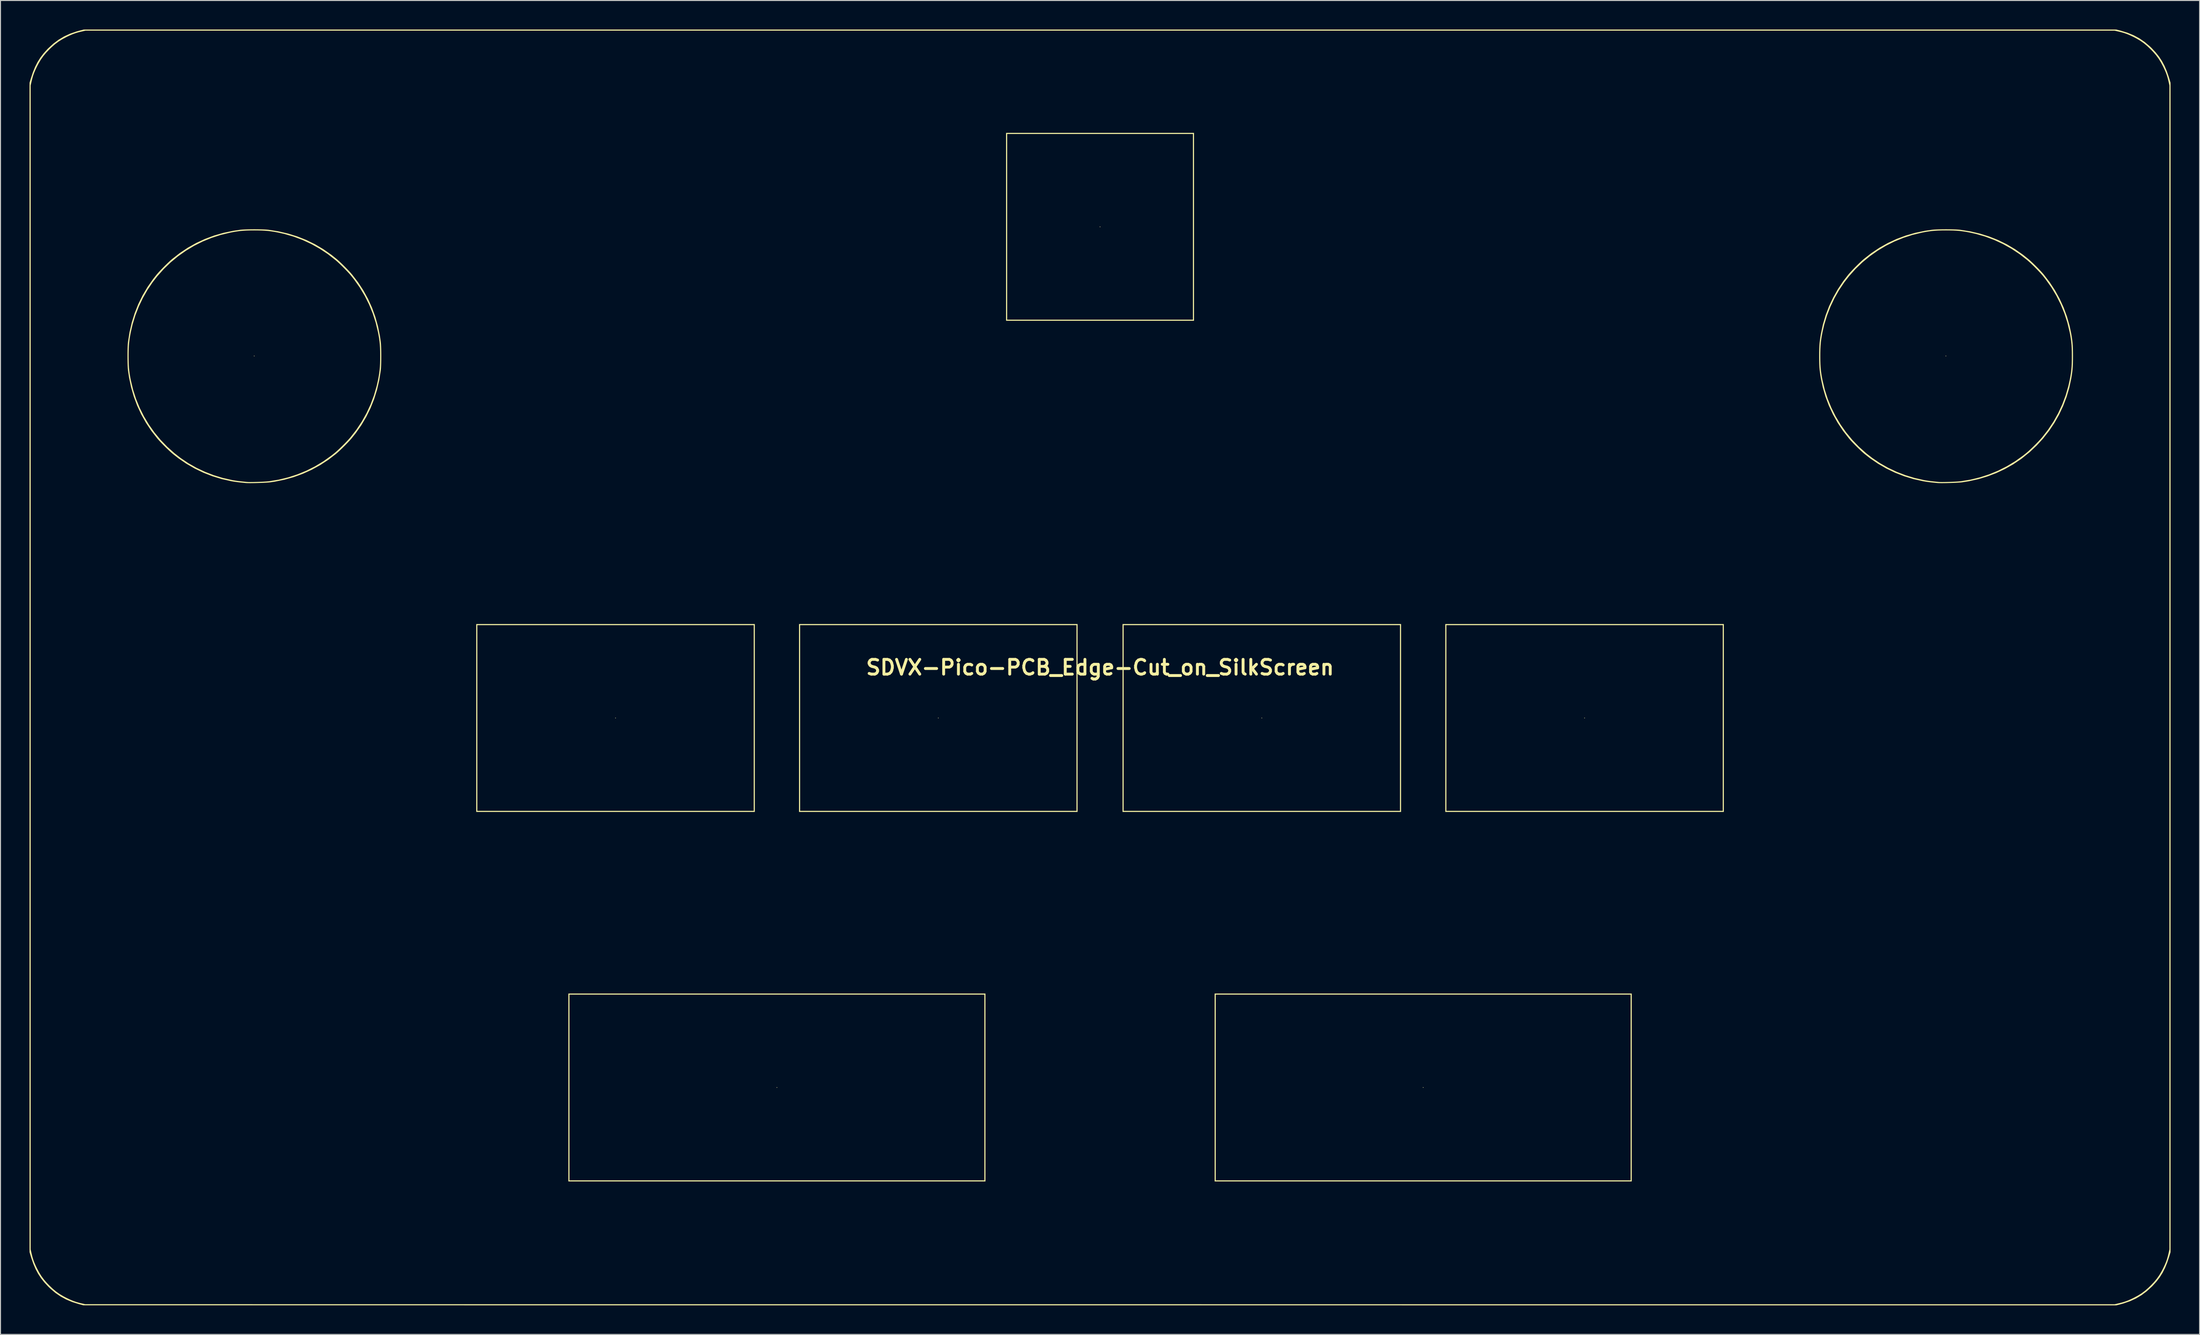
<source format=kicad_pcb>
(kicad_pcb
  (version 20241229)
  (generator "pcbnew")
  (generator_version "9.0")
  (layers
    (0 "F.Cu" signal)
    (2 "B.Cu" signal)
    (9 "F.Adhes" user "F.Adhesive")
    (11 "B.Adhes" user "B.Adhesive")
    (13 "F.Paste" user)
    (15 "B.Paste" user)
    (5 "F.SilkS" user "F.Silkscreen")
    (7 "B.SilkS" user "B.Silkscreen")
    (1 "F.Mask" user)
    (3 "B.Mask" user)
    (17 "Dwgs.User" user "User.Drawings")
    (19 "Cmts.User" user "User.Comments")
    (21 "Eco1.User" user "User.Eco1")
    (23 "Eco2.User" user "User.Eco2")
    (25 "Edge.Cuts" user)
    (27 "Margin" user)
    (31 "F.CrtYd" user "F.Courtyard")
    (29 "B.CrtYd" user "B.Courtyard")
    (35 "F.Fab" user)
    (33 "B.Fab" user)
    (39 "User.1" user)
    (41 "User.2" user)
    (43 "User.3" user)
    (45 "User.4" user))
  (footprint "SDVX-Pico-PCB_Edge-Cut_on_SilkScreen"
    (layer "F.Cu")
    (at 110.531 65.878)
    (property "Reference" "SDVX-Pico-PCB_Edge-Cut_on_SilkScreen" (at 0 0 0) (layer "F.SilkS") (effects (font (size 1.524 1.524) (thickness 0.3))))
    (attr board_only exclude_from_pos_files exclude_from_bom)
    (fp_poly (pts (xy -87.297 -32.175) (xy -87.296 -32.166) (xy -87.325 -32.128) (xy -87.334 -32.127) (xy -87.372 -32.156) (xy -87.373 -32.166) (xy -87.343 -32.203) (xy -87.334 -32.204)) (stroke (width 0) (type solid)) (fill yes) (layer "F.SilkS"))
    (fp_poly (pts (xy -49.989 5.21) (xy -49.988 5.219) (xy -50.018 5.257) (xy -50.027 5.258) (xy -50.064 5.228) (xy -50.065 5.219) (xy -50.036 5.182) (xy -50.027 5.181)) (stroke (width 0) (type solid)) (fill yes) (layer "F.SilkS"))
    (fp_poly (pts (xy -33.327 43.368) (xy -33.325 43.377) (xy -33.355 43.415) (xy -33.364 43.416) (xy -33.402 43.386) (xy -33.403 43.377) (xy -33.373 43.34) (xy -33.364 43.339)) (stroke (width 0) (type solid)) (fill yes) (layer "F.SilkS"))
    (fp_poly (pts (xy -16.664 5.21) (xy -16.663 5.219) (xy -16.692 5.257) (xy -16.701 5.258) (xy -16.739 5.228) (xy -16.74 5.219) (xy -16.711 5.182) (xy -16.701 5.181)) (stroke (width 0) (type solid)) (fill yes) (layer "F.SilkS"))
    (fp_poly (pts (xy 0.038 -45.513) (xy 0.039 -45.504) (xy 0.009 -45.466) (xy 0 -45.465) (xy -0.038 -45.494) (xy -0.039 -45.504) (xy -0.009 -45.541) (xy 0 -45.542)) (stroke (width 0) (type solid)) (fill yes) (layer "F.SilkS"))
    (fp_poly (pts (xy 16.739 5.21) (xy 16.74 5.219) (xy 16.711 5.257) (xy 16.701 5.258) (xy 16.664 5.228) (xy 16.663 5.219) (xy 16.692 5.182) (xy 16.701 5.181)) (stroke (width 0) (type solid)) (fill yes) (layer "F.SilkS"))
    (fp_poly (pts (xy 33.402 43.368) (xy 33.403 43.377) (xy 33.373 43.415) (xy 33.364 43.416) (xy 33.327 43.386) (xy 33.325 43.377) (xy 33.355 43.34) (xy 33.364 43.339)) (stroke (width 0) (type solid)) (fill yes) (layer "F.SilkS"))
    (fp_poly (pts (xy 50.064 5.21) (xy 50.065 5.219) (xy 50.036 5.257) (xy 50.027 5.258) (xy 49.989 5.228) (xy 49.988 5.219) (xy 50.018 5.182) (xy 50.027 5.181)) (stroke (width 0) (type solid)) (fill yes) (layer "F.SilkS"))
    (fp_poly (pts (xy 87.372 -32.175) (xy 87.373 -32.166) (xy 87.343 -32.128) (xy 87.334 -32.127) (xy 87.297 -32.156) (xy 87.296 -32.166) (xy 87.325 -32.203) (xy 87.334 -32.204)) (stroke (width 0) (type solid)) (fill yes) (layer "F.SilkS"))
    (fp_poly (pts (xy -35.645 14.923) (xy -64.409 14.923) (xy -64.409 14.807) (xy -64.293 14.807) (xy -35.761 14.807) (xy -35.761 -4.369) (xy -64.293 -4.369) (xy -64.293 14.807) (xy -64.409 14.807) (xy -64.409 -4.485) (xy -35.645 -4.485)) (stroke (width 0) (type solid)) (fill yes) (layer "F.SilkS"))
    (fp_poly (pts (xy -11.83 53.081) (xy -54.898 53.081) (xy -54.898 52.965) (xy -54.782 52.965) (xy -11.946 52.965) (xy -11.946 33.789) (xy -54.782 33.789) (xy -54.782 52.965) (xy -54.898 52.965) (xy -54.898 33.673) (xy -11.83 33.673)) (stroke (width 0) (type solid)) (fill yes) (layer "F.SilkS"))
    (fp_poly (pts (xy -2.32 14.923) (xy -31.083 14.923) (xy -31.083 14.807) (xy -30.967 14.807) (xy -2.436 14.807) (xy -2.436 -4.369) (xy -30.967 -4.369) (xy -30.967 14.807) (xy -31.083 14.807) (xy -31.083 -4.485) (xy -2.32 -4.485)) (stroke (width 0) (type solid)) (fill yes) (layer "F.SilkS"))
    (fp_poly (pts (xy 9.704 -35.8) (xy -9.704 -35.8) (xy -9.704 -35.916) (xy -9.588 -35.916) (xy 9.588 -35.916) (xy 9.588 -55.091) (xy -9.588 -55.091) (xy -9.588 -35.916) (xy -9.704 -35.916) (xy -9.704 -55.207) (xy 9.704 -55.207)) (stroke (width 0) (type solid)) (fill yes) (layer "F.SilkS"))
    (fp_poly (pts (xy 31.083 14.923) (xy 2.32 14.923) (xy 2.32 14.807) (xy 2.436 14.807) (xy 30.967 14.807) (xy 30.967 -4.369) (xy 2.436 -4.369) (xy 2.436 14.807) (xy 2.32 14.807) (xy 2.32 -4.485) (xy 31.083 -4.485)) (stroke (width 0) (type solid)) (fill yes) (layer "F.SilkS"))
    (fp_poly (pts (xy 54.898 53.081) (xy 11.83 53.081) (xy 11.83 52.965) (xy 11.946 52.965) (xy 54.782 52.965) (xy 54.782 33.789) (xy 11.946 33.789) (xy 11.946 52.965) (xy 11.83 52.965) (xy 11.83 33.673) (xy 54.898 33.673)) (stroke (width 0) (type solid)) (fill yes) (layer "F.SilkS"))
    (fp_poly (pts (xy 64.409 14.923) (xy 35.645 14.923) (xy 35.645 14.807) (xy 35.761 14.807) (xy 64.293 14.807) (xy 64.293 -4.369) (xy 35.761 -4.369) (xy 35.761 14.807) (xy 35.645 14.807) (xy 35.645 -4.485) (xy 64.409 -4.485)) (stroke (width 0) (type solid)) (fill yes) (layer "F.SilkS"))
    (fp_poly (pts (xy 105.404 -65.757) (xy 106.091 -65.547) (xy 106.725 -65.285) (xy 107.315 -64.966) (xy 107.87 -64.586) (xy 108.397 -64.139) (xy 108.598 -63.945) (xy 108.999 -63.515) (xy 109.346 -63.078) (xy 109.647 -62.619) (xy 109.91 -62.127) (xy 110.141 -61.588) (xy 110.349 -60.989) (xy 110.394 -60.843) (xy 110.531 -60.389) (xy 110.531 60.389) (xy 110.394 60.843) (xy 110.19 61.457) (xy 109.965 62.009) (xy 109.71 62.511) (xy 109.419 62.976) (xy 109.083 63.417) (xy 108.695 63.847) (xy 108.598 63.945) (xy 108.079 64.419) (xy 107.536 64.825) (xy 106.961 65.168) (xy 106.345 65.451) (xy 105.68 65.68) (xy 105.404 65.757) (xy 104.937 65.878) (xy -104.983 65.872) (xy -105.447 65.747) (xy -106.123 65.535) (xy -106.744 65.276) (xy -107.32 64.964) (xy -107.861 64.594) (xy -108.376 64.159) (xy -108.598 63.945) (xy -108.999 63.515) (xy -109.346 63.078) (xy -109.647 62.619) (xy -109.91 62.127) (xy -110.141 61.588) (xy -110.349 60.989) (xy -110.394 60.843) (xy -110.531 60.389) (xy -110.531 60.098) (xy -110.414 60.098) (xy -110.321 60.506) (xy -110.236 60.854) (xy -110.142 61.165) (xy -110.031 61.466) (xy -109.893 61.783) (xy -109.755 62.07) (xy -109.528 62.495) (xy -109.292 62.873) (xy -109.03 63.225) (xy -108.727 63.575) (xy -108.482 63.829) (xy -108.122 64.171) (xy -107.774 64.46) (xy -107.416 64.712) (xy -107.026 64.943) (xy -106.723 65.102) (xy -106.368 65.271) (xy -106.049 65.405) (xy -105.74 65.515) (xy -105.415 65.608) (xy -105.176 65.667) (xy -104.789 65.756) (xy -0.019 65.759) (xy 104.751 65.761) (xy 105.159 65.668) (xy 105.507 65.583) (xy 105.818 65.489) (xy 106.119 65.378) (xy 106.436 65.24) (xy 106.723 65.102) (xy 107.148 64.875) (xy 107.526 64.639) (xy 107.878 64.377) (xy 108.227 64.074) (xy 108.482 63.829) (xy 108.824 63.469) (xy 109.113 63.121) (xy 109.365 62.763) (xy 109.596 62.374) (xy 109.755 62.07) (xy 109.921 61.721) (xy 110.054 61.409) (xy 110.161 61.108) (xy 110.252 60.791) (xy 110.321 60.506) (xy 110.414 60.098) (xy 110.414 -60.098) (xy 110.321 -60.506) (xy 110.236 -60.854) (xy 110.142 -61.165) (xy 110.031 -61.466) (xy 109.893 -61.783) (xy 109.755 -62.07) (xy 109.528 -62.495) (xy 109.292 -62.873) (xy 109.03 -63.225) (xy 108.727 -63.575) (xy 108.482 -63.829) (xy 108.122 -64.171) (xy 107.774 -64.46) (xy 107.416 -64.712) (xy 107.026 -64.943) (xy 106.723 -65.102) (xy 106.374 -65.268) (xy 106.062 -65.401) (xy 105.761 -65.508) (xy 105.444 -65.599) (xy 105.159 -65.668) (xy 104.751 -65.761) (xy -104.751 -65.761) (xy -105.159 -65.668) (xy -105.507 -65.583) (xy -105.818 -65.489) (xy -106.119 -65.378) (xy -106.436 -65.24) (xy -106.723 -65.102) (xy -107.148 -64.875) (xy -107.526 -64.639) (xy -107.878 -64.377) (xy -108.227 -64.074) (xy -108.482 -63.829) (xy -108.824 -63.469) (xy -109.113 -63.121) (xy -109.365 -62.763) (xy -109.596 -62.374) (xy -109.755 -62.07) (xy -109.921 -61.721) (xy -110.054 -61.409) (xy -110.161 -61.108) (xy -110.252 -60.791) (xy -110.321 -60.506) (xy -110.414 -60.098) (xy -110.414 60.098) (xy -110.531 60.098) (xy -110.531 -60.389) (xy -110.394 -60.843) (xy -110.19 -61.457) (xy -109.965 -62.009) (xy -109.71 -62.511) (xy -109.419 -62.976) (xy -109.083 -63.417) (xy -108.695 -63.847) (xy -108.598 -63.945) (xy -108.079 -64.419) (xy -107.536 -64.825) (xy -106.961 -65.168) (xy -106.345 -65.451) (xy -105.68 -65.68) (xy -105.404 -65.757) (xy -104.937 -65.878) (xy 104.937 -65.878)) (stroke (width 0) (type solid)) (fill yes) (layer "F.SilkS"))
    (fp_poly (pts (xy -86.972 -45.249) (xy -86.636 -45.243) (xy -86.331 -45.234) (xy -86.071 -45.22) (xy -85.873 -45.203) (xy -85.865 -45.202) (xy -84.832 -45.039) (xy -83.835 -44.808) (xy -82.873 -44.509) (xy -81.946 -44.14) (xy -81.054 -43.703) (xy -80.196 -43.196) (xy -79.372 -42.62) (xy -78.81 -42.17) (xy -78.603 -41.988) (xy -78.363 -41.764) (xy -78.105 -41.513) (xy -77.846 -41.252) (xy -77.599 -40.995) (xy -77.382 -40.758) (xy -77.223 -40.574) (xy -76.605 -39.771) (xy -76.057 -38.932) (xy -75.577 -38.058) (xy -75.166 -37.149) (xy -74.824 -36.205) (xy -74.551 -35.226) (xy -74.347 -34.213) (xy -74.259 -33.596) (xy -74.242 -33.401) (xy -74.228 -33.143) (xy -74.218 -32.84) (xy -74.212 -32.505) (xy -74.21 -32.154) (xy -74.212 -31.804) (xy -74.218 -31.468) (xy -74.228 -31.162) (xy -74.241 -30.903) (xy -74.258 -30.704) (xy -74.259 -30.696) (xy -74.422 -29.664) (xy -74.653 -28.666) (xy -74.952 -27.704) (xy -75.321 -26.777) (xy -75.759 -25.885) (xy -76.265 -25.027) (xy -76.841 -24.203) (xy -77.291 -23.641) (xy -77.473 -23.434) (xy -77.697 -23.195) (xy -77.948 -22.937) (xy -78.21 -22.677) (xy -78.467 -22.431) (xy -78.703 -22.213) (xy -78.887 -22.054) (xy -79.688 -21.439) (xy -80.528 -20.891) (xy -81.405 -20.409) (xy -82.316 -19.997) (xy -83.257 -19.654) (xy -84.226 -19.382) (xy -85.22 -19.182) (xy -85.672 -19.116) (xy -85.838 -19.1) (xy -86.062 -19.084) (xy -86.329 -19.069) (xy -86.624 -19.057) (xy -86.932 -19.046) (xy -87.24 -19.038) (xy -87.533 -19.033) (xy -87.796 -19.032) (xy -88.014 -19.034) (xy -88.174 -19.041) (xy -88.204 -19.044) (xy -88.542 -19.077) (xy -88.819 -19.106) (xy -89.05 -19.133) (xy -89.251 -19.16) (xy -89.438 -19.188) (xy -89.627 -19.22) (xy -89.712 -19.235) (xy -90.691 -19.453) (xy -91.647 -19.745) (xy -92.577 -20.107) (xy -93.477 -20.539) (xy -94.343 -21.04) (xy -95.171 -21.606) (xy -95.743 -22.054) (xy -95.947 -22.232) (xy -96.187 -22.453) (xy -96.445 -22.701) (xy -96.706 -22.961) (xy -96.955 -23.218) (xy -97.176 -23.455) (xy -97.339 -23.641) (xy -97.964 -24.441) (xy -98.52 -25.275) (xy -99.006 -26.143) (xy -99.424 -27.045) (xy -99.772 -27.982) (xy -100.052 -28.954) (xy -100.263 -29.962) (xy -100.371 -30.696) (xy -100.388 -30.892) (xy -100.402 -31.149) (xy -100.411 -31.453) (xy -100.417 -31.788) (xy -100.419 -32.138) (xy -100.419 -32.146) (xy -100.3 -32.146) (xy -100.296 -31.7) (xy -100.285 -31.311) (xy -100.264 -30.959) (xy -100.231 -30.625) (xy -100.185 -30.29) (xy -100.124 -29.932) (xy -100.07 -29.653) (xy -99.836 -28.677) (xy -99.53 -27.729) (xy -99.155 -26.811) (xy -98.712 -25.927) (xy -98.205 -25.08) (xy -97.634 -24.272) (xy -97.002 -23.508) (xy -96.31 -22.79) (xy -95.562 -22.122) (xy -94.928 -21.628) (xy -94.136 -21.096) (xy -93.296 -20.62) (xy -92.417 -20.205) (xy -91.507 -19.854) (xy -90.573 -19.57) (xy -89.624 -19.357) (xy -89.596 -19.351) (xy -89.409 -19.318) (xy -89.232 -19.29) (xy -89.049 -19.264) (xy -88.845 -19.239) (xy -88.605 -19.212) (xy -88.313 -19.182) (xy -88.088 -19.16) (xy -87.947 -19.152) (xy -87.744 -19.149) (xy -87.495 -19.15) (xy -87.214 -19.156) (xy -86.918 -19.164) (xy -86.62 -19.176) (xy -86.338 -19.19) (xy -86.085 -19.206) (xy -85.878 -19.223) (xy -85.788 -19.233) (xy -84.787 -19.398) (xy -83.809 -19.637) (xy -82.856 -19.948) (xy -81.932 -20.329) (xy -81.04 -20.779) (xy -80.183 -21.297) (xy -79.364 -21.881) (xy -79.003 -22.17) (xy -78.798 -22.348) (xy -78.559 -22.569) (xy -78.301 -22.817) (xy -78.04 -23.077) (xy -77.791 -23.334) (xy -77.57 -23.571) (xy -77.407 -23.757) (xy -76.784 -24.555) (xy -76.228 -25.392) (xy -75.739 -26.265) (xy -75.318 -27.171) (xy -74.968 -28.107) (xy -74.69 -29.07) (xy -74.56 -29.653) (xy -74.486 -30.038) (xy -74.43 -30.387) (xy -74.388 -30.72) (xy -74.359 -31.057) (xy -74.341 -31.417) (xy -74.332 -31.821) (xy -74.33 -32.146) (xy -74.333 -32.593) (xy -74.345 -32.982) (xy -74.366 -33.333) (xy -74.398 -33.667) (xy -74.444 -34.003) (xy -74.506 -34.36) (xy -74.56 -34.64) (xy -74.794 -35.614) (xy -75.102 -36.566) (xy -75.48 -37.491) (xy -75.928 -38.384) (xy -76.443 -39.243) (xy -77.023 -40.062) (xy -77.339 -40.458) (xy -77.516 -40.663) (xy -77.737 -40.902) (xy -77.986 -41.16) (xy -78.246 -41.422) (xy -78.503 -41.671) (xy -78.74 -41.892) (xy -78.926 -42.054) (xy -79.724 -42.677) (xy -80.561 -43.234) (xy -81.433 -43.723) (xy -82.339 -44.143) (xy -83.275 -44.493) (xy -84.239 -44.771) (xy -84.821 -44.902) (xy -85.206 -44.975) (xy -85.556 -45.031) (xy -85.889 -45.073) (xy -86.226 -45.102) (xy -86.586 -45.121) (xy -86.989 -45.129) (xy -87.315 -45.131) (xy -87.761 -45.128) (xy -88.15 -45.116) (xy -88.502 -45.095) (xy -88.836 -45.063) (xy -89.172 -45.017) (xy -89.529 -44.956) (xy -89.809 -44.902) (xy -90.784 -44.667) (xy -91.732 -44.361) (xy -92.65 -43.986) (xy -93.534 -43.544) (xy -94.381 -43.036) (xy -95.189 -42.465) (xy -95.953 -41.833) (xy -96.671 -41.142) (xy -97.339 -40.393) (xy -97.833 -39.759) (xy -98.362 -38.973) (xy -98.835 -38.137) (xy -99.25 -37.262) (xy -99.602 -36.356) (xy -99.886 -35.428) (xy -100.07 -34.64) (xy -100.143 -34.255) (xy -100.2 -33.906) (xy -100.242 -33.572) (xy -100.271 -33.236) (xy -100.289 -32.875) (xy -100.298 -32.472) (xy -100.3 -32.146) (xy -100.419 -32.146) (xy -100.418 -32.489) (xy -100.412 -32.825) (xy -100.402 -33.13) (xy -100.389 -33.39) (xy -100.371 -33.589) (xy -100.371 -33.596) (xy -100.208 -34.629) (xy -99.976 -35.629) (xy -99.675 -36.593) (xy -99.305 -37.523) (xy -98.866 -38.418) (xy -98.358 -39.278) (xy -97.781 -40.102) (xy -97.407 -40.574) (xy -97.229 -40.779) (xy -97.009 -41.018) (xy -96.76 -41.276) (xy -96.5 -41.538) (xy -96.243 -41.787) (xy -96.006 -42.008) (xy -95.82 -42.17) (xy -95.02 -42.796) (xy -94.187 -43.351) (xy -93.319 -43.838) (xy -92.416 -44.255) (xy -91.479 -44.604) (xy -90.507 -44.883) (xy -89.499 -45.094) (xy -88.765 -45.202) (xy -88.569 -45.219) (xy -88.312 -45.233) (xy -88.008 -45.243) (xy -87.674 -45.249) (xy -87.323 -45.251)) (stroke (width 0) (type solid)) (fill yes) (layer "F.SilkS"))
    (fp_poly (pts (xy 87.696 -45.249) (xy 88.032 -45.243) (xy 88.338 -45.234) (xy 88.597 -45.22) (xy 88.796 -45.203) (xy 88.803 -45.202) (xy 89.836 -45.039) (xy 90.834 -44.808) (xy 91.796 -44.509) (xy 92.723 -44.14) (xy 93.615 -43.703) (xy 94.473 -43.196) (xy 95.297 -42.62) (xy 95.859 -42.17) (xy 96.065 -41.988) (xy 96.305 -41.764) (xy 96.563 -41.513) (xy 96.823 -41.252) (xy 97.069 -40.995) (xy 97.287 -40.758) (xy 97.446 -40.574) (xy 98.055 -39.779) (xy 98.602 -38.943) (xy 99.082 -38.07) (xy 99.496 -37.164) (xy 99.839 -36.231) (xy 100.11 -35.274) (xy 100.282 -34.447) (xy 100.337 -34.118) (xy 100.379 -33.822) (xy 100.411 -33.541) (xy 100.434 -33.257) (xy 100.448 -32.951) (xy 100.456 -32.607) (xy 100.459 -32.206) (xy 100.459 -32.146) (xy 100.457 -31.736) (xy 100.45 -31.385) (xy 100.436 -31.076) (xy 100.415 -30.79) (xy 100.384 -30.509) (xy 100.343 -30.216) (xy 100.29 -29.893) (xy 100.282 -29.846) (xy 100.074 -28.87) (xy 99.793 -27.919) (xy 99.441 -26.995) (xy 99.022 -26.103) (xy 98.537 -25.246) (xy 97.989 -24.426) (xy 97.378 -23.648) (xy 96.709 -22.916) (xy 95.982 -22.231) (xy 95.199 -21.599) (xy 95.082 -21.512) (xy 94.28 -20.973) (xy 93.433 -20.494) (xy 92.546 -20.077) (xy 91.625 -19.726) (xy 90.676 -19.441) (xy 89.706 -19.227) (xy 88.997 -19.116) (xy 88.83 -19.1) (xy 88.606 -19.084) (xy 88.34 -19.069) (xy 88.045 -19.057) (xy 87.736 -19.046) (xy 87.428 -19.038) (xy 87.136 -19.033) (xy 86.873 -19.032) (xy 86.655 -19.034) (xy 86.495 -19.041) (xy 86.464 -19.044) (xy 86.126 -19.077) (xy 85.849 -19.106) (xy 85.618 -19.133) (xy 85.417 -19.16) (xy 85.23 -19.188) (xy 85.042 -19.22) (xy 84.957 -19.235) (xy 83.978 -19.453) (xy 83.022 -19.745) (xy 82.092 -20.107) (xy 81.192 -20.539) (xy 80.325 -21.04) (xy 79.497 -21.606) (xy 78.926 -22.054) (xy 78.721 -22.232) (xy 78.482 -22.453) (xy 78.224 -22.701) (xy 77.962 -22.961) (xy 77.713 -23.218) (xy 77.492 -23.455) (xy 77.329 -23.641) (xy 76.709 -24.436) (xy 76.154 -25.271) (xy 75.666 -26.141) (xy 75.246 -27.044) (xy 74.896 -27.976) (xy 74.618 -28.932) (xy 74.425 -29.846) (xy 74.37 -30.175) (xy 74.328 -30.471) (xy 74.296 -30.752) (xy 74.273 -31.036) (xy 74.259 -31.341) (xy 74.251 -31.685) (xy 74.248 -32.086) (xy 74.248 -32.146) (xy 74.369 -32.146) (xy 74.372 -31.7) (xy 74.383 -31.311) (xy 74.404 -30.959) (xy 74.437 -30.625) (xy 74.483 -30.29) (xy 74.544 -29.932) (xy 74.598 -29.653) (xy 74.833 -28.677) (xy 75.138 -27.729) (xy 75.514 -26.811) (xy 75.956 -25.927) (xy 76.464 -25.08) (xy 77.035 -24.272) (xy 77.667 -23.508) (xy 78.358 -22.79) (xy 79.106 -22.122) (xy 79.741 -21.628) (xy 80.533 -21.096) (xy 81.372 -20.62) (xy 82.251 -20.205) (xy 83.162 -19.854) (xy 84.096 -19.57) (xy 85.044 -19.357) (xy 85.073 -19.351) (xy 85.259 -19.318) (xy 85.436 -19.29) (xy 85.619 -19.264) (xy 85.823 -19.239) (xy 86.064 -19.212) (xy 86.356 -19.182) (xy 86.58 -19.16) (xy 86.721 -19.152) (xy 86.924 -19.149) (xy 87.174 -19.15) (xy 87.454 -19.156) (xy 87.751 -19.164) (xy 88.048 -19.176) (xy 88.331 -19.19) (xy 88.583 -19.206) (xy 88.791 -19.223) (xy 88.881 -19.233) (xy 89.881 -19.398) (xy 90.859 -19.637) (xy 91.812 -19.948) (xy 92.736 -20.329) (xy 93.628 -20.779) (xy 94.486 -21.297) (xy 95.305 -21.881) (xy 95.666 -22.17) (xy 95.87 -22.348) (xy 96.109 -22.569) (xy 96.368 -22.817) (xy 96.629 -23.077) (xy 96.878 -23.334) (xy 97.099 -23.571) (xy 97.262 -23.757) (xy 97.884 -24.555) (xy 98.441 -25.392) (xy 98.93 -26.265) (xy 99.35 -27.171) (xy 99.7 -28.107) (xy 99.978 -29.07) (xy 100.109 -29.653) (xy 100.182 -30.038) (xy 100.239 -30.387) (xy 100.281 -30.72) (xy 100.31 -31.057) (xy 100.328 -31.417) (xy 100.337 -31.821) (xy 100.338 -32.146) (xy 100.335 -32.593) (xy 100.324 -32.982) (xy 100.303 -33.333) (xy 100.27 -33.667) (xy 100.224 -34.003) (xy 100.163 -34.36) (xy 100.109 -34.64) (xy 99.874 -35.614) (xy 99.567 -36.566) (xy 99.188 -37.491) (xy 98.741 -38.384) (xy 98.226 -39.243) (xy 97.645 -40.062) (xy 97.33 -40.458) (xy 97.152 -40.663) (xy 96.931 -40.902) (xy 96.683 -41.16) (xy 96.423 -41.422) (xy 96.166 -41.671) (xy 95.928 -41.892) (xy 95.743 -42.054) (xy 94.945 -42.677) (xy 94.108 -43.234) (xy 93.235 -43.723) (xy 92.329 -44.143) (xy 91.393 -44.493) (xy 90.43 -44.771) (xy 89.847 -44.902) (xy 89.462 -44.975) (xy 89.113 -45.031) (xy 88.78 -45.073) (xy 88.443 -45.102) (xy 88.083 -45.121) (xy 87.679 -45.129) (xy 87.354 -45.131) (xy 86.907 -45.128) (xy 86.518 -45.116) (xy 86.166 -45.095) (xy 85.833 -45.063) (xy 85.497 -45.017) (xy 85.139 -44.956) (xy 84.86 -44.902) (xy 83.885 -44.667) (xy 82.937 -44.361) (xy 82.019 -43.986) (xy 81.135 -43.544) (xy 80.287 -43.036) (xy 79.48 -42.465) (xy 78.715 -41.833) (xy 77.998 -41.142) (xy 77.329 -40.393) (xy 76.836 -39.759) (xy 76.307 -38.973) (xy 75.833 -38.137) (xy 75.418 -37.262) (xy 75.067 -36.356) (xy 74.782 -35.428) (xy 74.598 -34.64) (xy 74.525 -34.255) (xy 74.468 -33.906) (xy 74.426 -33.572) (xy 74.397 -33.236) (xy 74.379 -32.875) (xy 74.37 -32.472) (xy 74.369 -32.146) (xy 74.248 -32.146) (xy 74.25 -32.556) (xy 74.258 -32.907) (xy 74.271 -33.217) (xy 74.292 -33.503) (xy 74.323 -33.783) (xy 74.364 -34.076) (xy 74.417 -34.399) (xy 74.425 -34.447) (xy 74.633 -35.419) (xy 74.915 -36.372) (xy 75.269 -37.302) (xy 75.693 -38.203) (xy 76.183 -39.071) (xy 76.739 -39.902) (xy 77.261 -40.574) (xy 77.439 -40.779) (xy 77.66 -41.018) (xy 77.908 -41.276) (xy 78.169 -41.538) (xy 78.425 -41.787) (xy 78.663 -42.008) (xy 78.848 -42.17) (xy 79.648 -42.796) (xy 80.482 -43.351) (xy 81.35 -43.838) (xy 82.252 -44.255) (xy 83.189 -44.604) (xy 84.162 -44.883) (xy 85.169 -45.094) (xy 85.904 -45.202) (xy 86.099 -45.219) (xy 86.356 -45.233) (xy 86.66 -45.243) (xy 86.995 -45.249) (xy 87.345 -45.251)) (stroke (width 0) (type solid)) (fill yes) (layer "F.SilkS")))
  (gr_rect
    (start -3 -3)
    (end 224.061 134.755)
    (stroke (width 0.1) (type default))
    (fill no)
    (layer "Edge.Cuts")))
</source>
